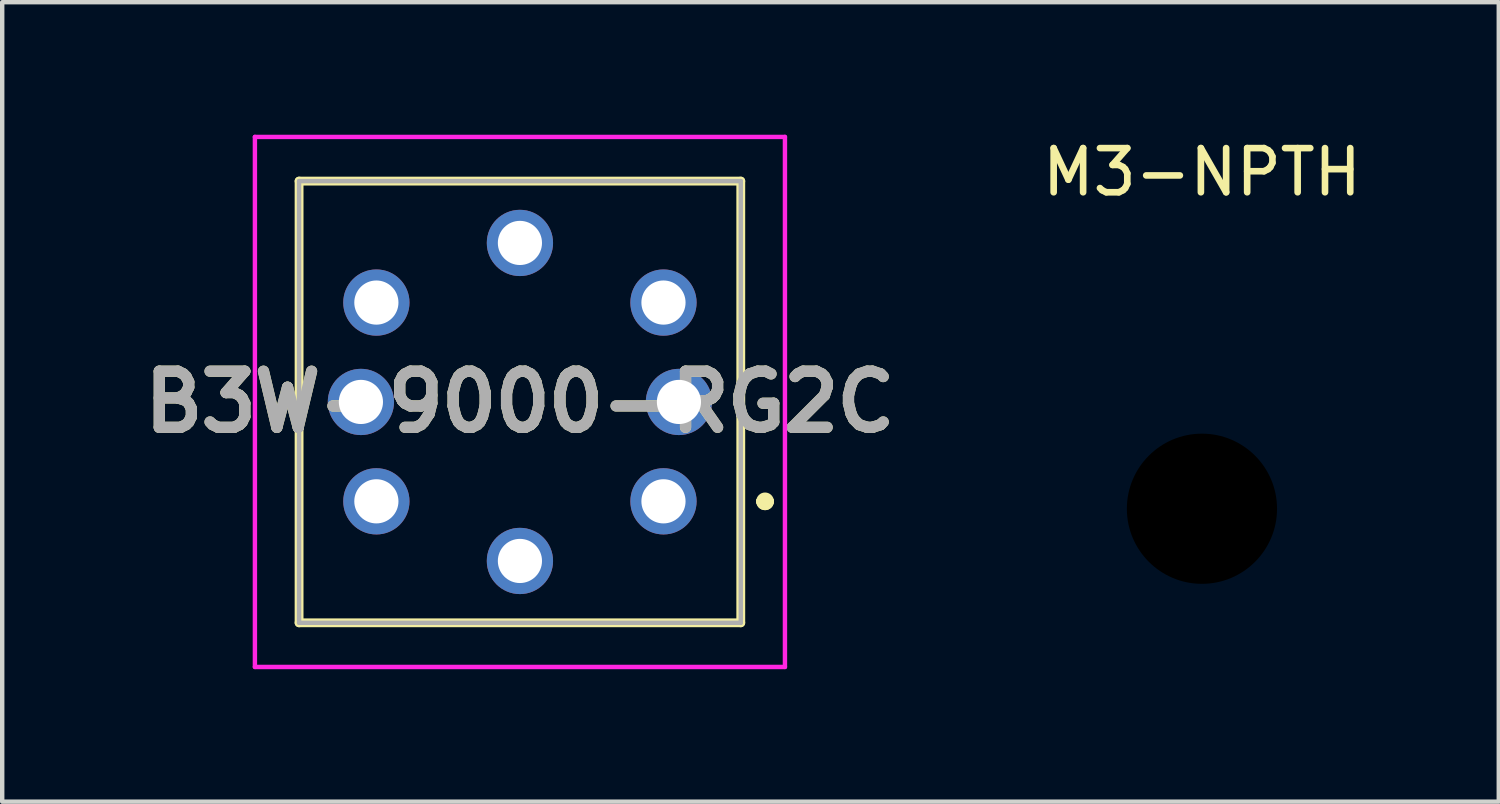
<source format=kicad_pcb>
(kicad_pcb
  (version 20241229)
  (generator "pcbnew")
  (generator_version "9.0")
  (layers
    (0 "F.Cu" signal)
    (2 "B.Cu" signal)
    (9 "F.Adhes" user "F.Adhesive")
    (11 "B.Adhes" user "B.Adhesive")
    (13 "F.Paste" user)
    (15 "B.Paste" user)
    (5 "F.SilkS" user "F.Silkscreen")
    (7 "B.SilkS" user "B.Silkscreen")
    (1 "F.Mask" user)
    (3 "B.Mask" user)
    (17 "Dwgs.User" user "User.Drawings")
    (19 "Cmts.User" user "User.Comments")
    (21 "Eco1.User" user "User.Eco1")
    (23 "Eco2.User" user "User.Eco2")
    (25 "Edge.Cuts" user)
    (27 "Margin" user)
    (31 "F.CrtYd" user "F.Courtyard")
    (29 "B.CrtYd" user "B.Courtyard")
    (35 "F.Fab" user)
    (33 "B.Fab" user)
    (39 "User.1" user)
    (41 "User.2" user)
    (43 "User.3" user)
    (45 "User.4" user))
  (footprint "M3-NPTH"
    (layer "F.Cu")
    (at 24.162 8.468)
    (property "Reference" "M3-NPTH" (at 0 -7.62 0) (unlocked yes) (layer "F.SilkS") (effects (font (size 1 1) (thickness 0.15))))
    (attr smd)
    (pad "" np_thru_hole circle (at 0 0) (size 3.4 3.4) (drill 3.4) (layers "*.Mask")))
  (footprint "B3W-9000-RG2C"
    (layer "F.Cu")
    (at 11.971 8.3)
    (property "Reference" "B3W-9000-RG2C" (at -3.25 -2.25 0) (layer "F.SilkS") (effects (font (size 1.27 1.27) (thickness 0.254))))
    (attr through_hole)
    (fp_line (start -8.25 -7.25) (end -8.25 2.75) (stroke (width 0.2) (type solid)) (layer "F.SilkS"))
    (fp_line (start -8.25 2.75) (end 1.75 2.75) (stroke (width 0.2) (type solid)) (layer "F.SilkS"))
    (fp_line (start 1.75 -7.25) (end -8.25 -7.25) (stroke (width 0.2) (type solid)) (layer "F.SilkS"))
    (fp_line (start 1.75 2.75) (end 1.75 -7.25) (stroke (width 0.2) (type solid)) (layer "F.SilkS"))
    (fp_line (start 2.2 0) (end 2.2 0) (stroke (width 0.2) (type solid)) (layer "F.SilkS"))
    (fp_line (start 2.2 0) (end 2.2 0) (stroke (width 0.2) (type solid)) (layer "F.SilkS"))
    (fp_line (start 2.4 0) (end 2.4 0) (stroke (width 0.2) (type solid)) (layer "F.SilkS"))
    (fp_arc (start 2.2 0) (mid 2.3 -0.1) (end 2.4 0) (stroke (width 0.2) (type solid)) (layer "F.SilkS"))
    (fp_arc (start 2.4 0) (mid 2.3 0.1) (end 2.2 0) (stroke (width 0.2) (type solid)) (layer "F.SilkS"))
    (fp_arc (start 2.4 0) (mid 2.3 0.1) (end 2.2 0) (stroke (width 0.2) (type solid)) (layer "F.SilkS"))
    (fp_line (start -9.25 -8.25) (end 2.75 -8.25) (stroke (width 0.1) (type solid)) (layer "F.CrtYd"))
    (fp_line (start -9.25 3.75) (end -9.25 -8.25) (stroke (width 0.1) (type solid)) (layer "F.CrtYd"))
    (fp_line (start 2.75 -8.25) (end 2.75 3.75) (stroke (width 0.1) (type solid)) (layer "F.CrtYd"))
    (fp_line (start 2.75 3.75) (end -9.25 3.75) (stroke (width 0.1) (type solid)) (layer "F.CrtYd"))
    (fp_line (start -8.25 -7.25) (end -8.25 2.75) (stroke (width 0.1) (type solid)) (layer "F.Fab"))
    (fp_line (start -8.25 2.75) (end 1.75 2.75) (stroke (width 0.1) (type solid)) (layer "F.Fab"))
    (fp_line (start 1.75 -7.25) (end -8.25 -7.25) (stroke (width 0.1) (type solid)) (layer "F.Fab"))
    (fp_line (start 1.75 2.75) (end 1.75 -7.25) (stroke (width 0.1) (type solid)) (layer "F.Fab"))
    (fp_text user "${REFERENCE}" (at -3.25 -2.25 0) (layer "F.Fab") (effects (font (size 1.27 1.27) (thickness 0.254))))
    (pad "1" thru_hole circle (at 0 0) (size 1.5 1.5) (drill 1) (layers "*.Cu" "*.Mask"))
    (pad "2" thru_hole circle (at -6.5 0) (size 1.5 1.5) (drill 1) (layers "*.Cu" "*.Mask"))
    (pad "3" thru_hole circle (at 0 -4.5) (size 1.5 1.5) (drill 1) (layers "*.Cu" "*.Mask"))
    (pad "4" thru_hole circle (at -6.5 -4.5) (size 1.5 1.5) (drill 1) (layers "*.Cu" "*.Mask"))
    (pad "A1" thru_hole circle (at -3.25 -5.85) (size 1.5 1.5) (drill 1) (layers "*.Cu" "*.Mask"))
    (pad "A2" thru_hole circle (at -3.25 1.35) (size 1.5 1.5) (drill 1) (layers "*.Cu" "*.Mask"))
    (pad "K1" thru_hole circle (at 0.35 -2.25) (size 1.5 1.5) (drill 1) (layers "*.Cu" "*.Mask"))
    (pad "K2" thru_hole circle (at -6.85 -2.25) (size 1.5 1.5) (drill 1) (layers "*.Cu" "*.Mask")))
  (gr_rect
    (start -3 -3)
    (end 30.882 15.1)
    (stroke (width 0.1) (type default))
    (fill no)
    (layer "Edge.Cuts")))
</source>
